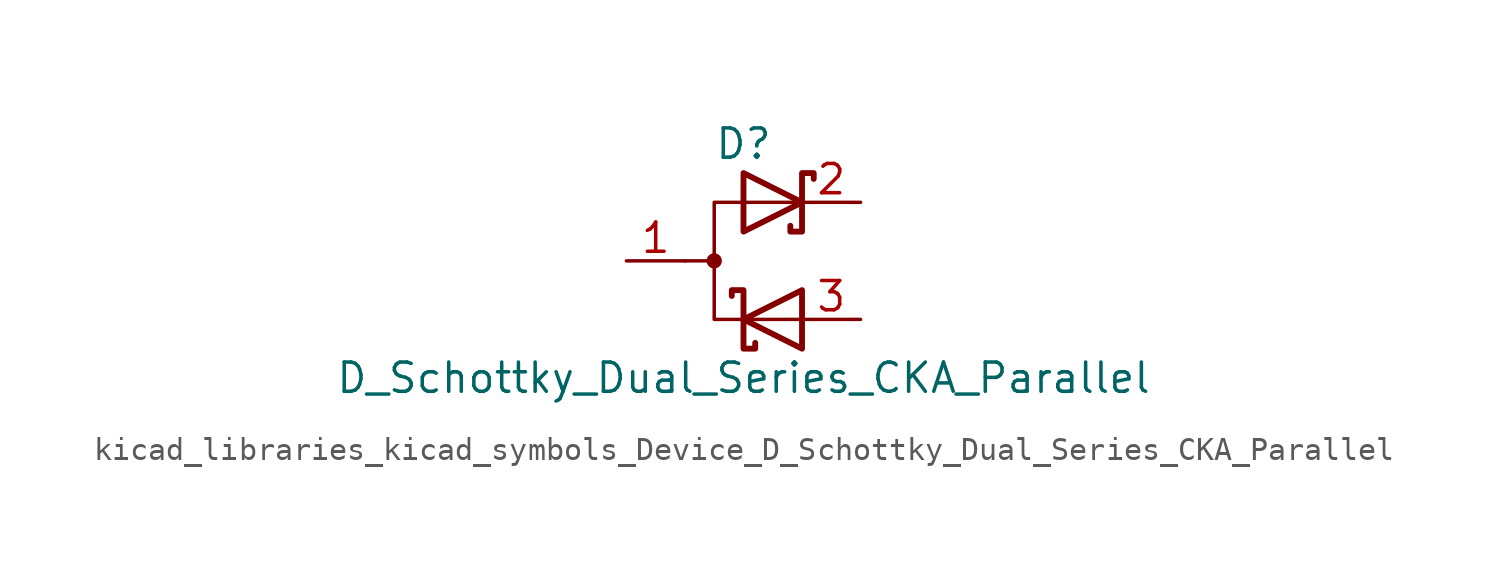
<source format=kicad_sym>
(kicad_symbol_lib
  (version 20220914)
  (generator kicad_symbol_editor)
  (symbol "kicad_libraries_kicad_symbols_Device_D_Schottky_Dual_Series_CKA_Parallel"
    (pin_names
      (offset 0.762) hide)
    (property "Reference" "D"
      (at 0 5.08 0)
      (effects (font (size 1.27 1.27))))
    (property "Value" "D_Schottky_Dual_Series_CKA_Parallel"
      (at 0 -5.08 0)
      (effects (font (size 1.27 1.27))))
    (symbol "kicad_libraries_kicad_symbols_Device_D_Schottky_Dual_Series_CKA_Parallel_0_1"
      (circle (center -1.27 0) (radius 0.254) (stroke (width 0) (type default)) (fill (type outline)))
      (polyline (pts (xy -1.27 0) (xy -2.54 0)) (stroke (width 0) (type default)) (fill (type none)))
      (polyline (pts (xy 2.54 2.54) (xy -1.27 2.54) (xy -1.27 -2.54) (xy 2.54 -2.54)) (stroke (width 0) (type default)) (fill (type none)))
      (polyline (pts (xy -0.508 -1.524) (xy -0.508 -1.27) (xy 0 -1.27) (xy 0 -3.81) (xy 0.508 -3.81) (xy 0.508 -3.556)) (stroke (width 0.254) (type default)) (fill (type none)))
      (polyline (pts (xy 0 3.81) (xy 2.54 2.54) (xy 0 1.27) (xy 0 3.81) (xy 0 3.81) (xy 0 3.81)) (stroke (width 0.254) (type default)) (fill (type none)))
      (polyline (pts (xy 2.54 -1.27) (xy 0 -2.54) (xy 2.54 -3.81) (xy 2.54 -1.27) (xy 2.54 -1.27) (xy 2.54 -1.27)) (stroke (width 0.254) (type default)) (fill (type none)))
      (polyline (pts (xy 3.048 3.556) (xy 3.048 3.81) (xy 2.54 3.81) (xy 2.54 1.27) (xy 2.032 1.27) (xy 2.032 1.524)) (stroke (width 0.254) (type default)) (fill (type none)))
      (pin passive line (at -5.08 0 0) (length 2.54) (name "A" (effects (font (size 1.27 1.27)))) (number "1" (effects (font (size 1.27 1.27)))))
      (pin passive line (at 5.08 2.54 180) (length 2.54) (name "K" (effects (font (size 1.27 1.27)))) (number "2" (effects (font (size 1.27 1.27)))))
      (pin passive line (at 5.08 -2.54 180) (length 2.54) (name "K" (effects (font (size 1.27 1.27)))) (number "3" (effects (font (size 1.27 1.27))))))))
</source>
